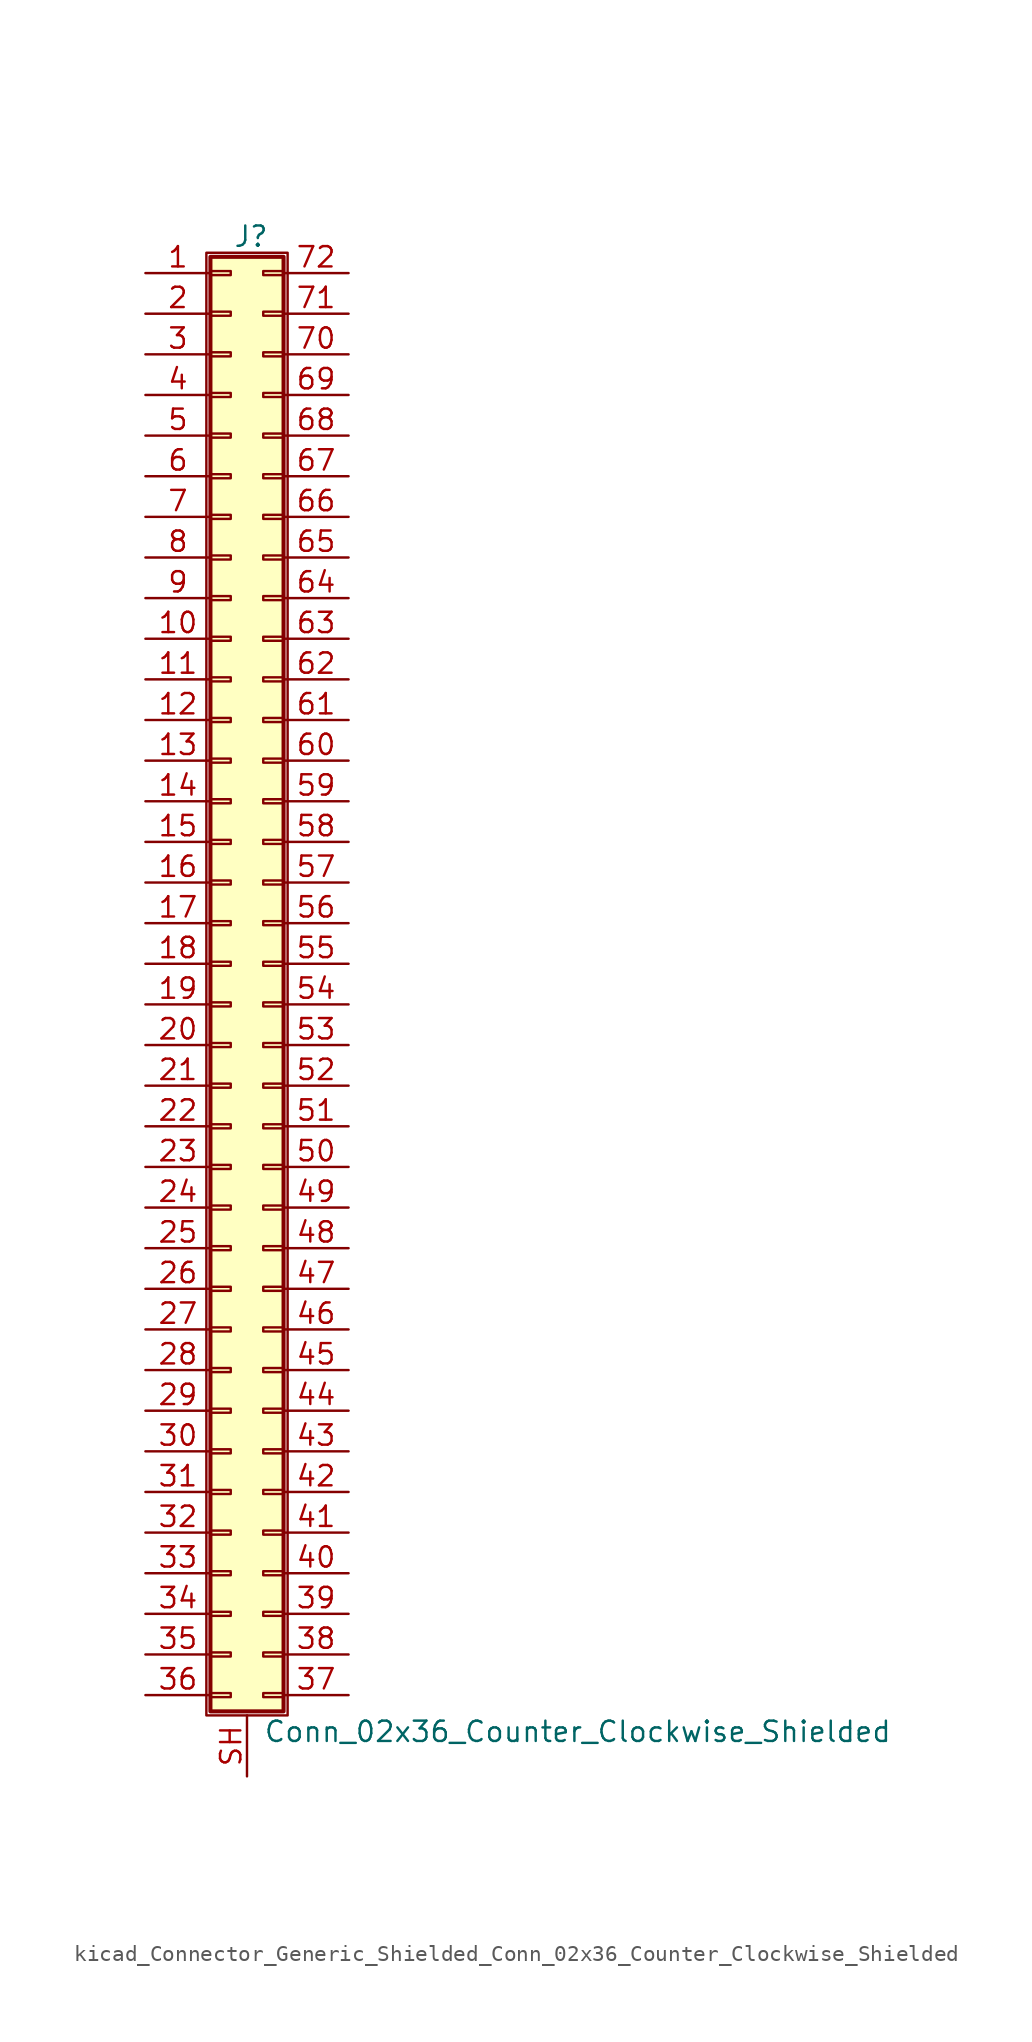
<source format=kicad_sym>
(kicad_symbol_lib
  (version 20220914)
  (generator kicad_symbol_editor)
  (symbol "kicad_Connector_Generic_Shielded_Conn_02x36_Counter_Clockwise_Shielded"
    (pin_names
      (offset 1.016) hide)
    (property "Reference" "J"
      (at 1.524 45.466 0)
      (effects (font (size 1.27 1.27))))
    (property "Value" "Conn_02x36_Counter_Clockwise_Shielded"
      (at 2.286 -48.006 0)
      (effects (font (size 1.27 1.27)) (justify left)))
    (symbol "kicad_Connector_Generic_Shielded_Conn_02x36_Counter_Clockwise_Shielded_1_1"
      (rectangle (start -1.27 44.45) (end 3.81 -46.99) (stroke (width 0.152) (type default)) (fill (type none)))
      (rectangle (start -1.016 -45.593) (end 0.254 -45.847) (stroke (width 0.152) (type default)) (fill (type none)))
      (rectangle (start -1.016 -43.053) (end 0.254 -43.307) (stroke (width 0.152) (type default)) (fill (type none)))
      (rectangle (start -1.016 -40.513) (end 0.254 -40.767) (stroke (width 0.152) (type default)) (fill (type none)))
      (rectangle (start -1.016 -37.973) (end 0.254 -38.227) (stroke (width 0.152) (type default)) (fill (type none)))
      (rectangle (start -1.016 -35.433) (end 0.254 -35.687) (stroke (width 0.152) (type default)) (fill (type none)))
      (rectangle (start -1.016 -32.893) (end 0.254 -33.147) (stroke (width 0.152) (type default)) (fill (type none)))
      (rectangle (start -1.016 -30.353) (end 0.254 -30.607) (stroke (width 0.152) (type default)) (fill (type none)))
      (rectangle (start -1.016 -27.813) (end 0.254 -28.067) (stroke (width 0.152) (type default)) (fill (type none)))
      (rectangle (start -1.016 -25.273) (end 0.254 -25.527) (stroke (width 0.152) (type default)) (fill (type none)))
      (rectangle (start -1.016 -22.733) (end 0.254 -22.987) (stroke (width 0.152) (type default)) (fill (type none)))
      (rectangle (start -1.016 -20.193) (end 0.254 -20.447) (stroke (width 0.152) (type default)) (fill (type none)))
      (rectangle (start -1.016 -17.653) (end 0.254 -17.907) (stroke (width 0.152) (type default)) (fill (type none)))
      (rectangle (start -1.016 -15.113) (end 0.254 -15.367) (stroke (width 0.152) (type default)) (fill (type none)))
      (rectangle (start -1.016 -12.573) (end 0.254 -12.827) (stroke (width 0.152) (type default)) (fill (type none)))
      (rectangle (start -1.016 -10.033) (end 0.254 -10.287) (stroke (width 0.152) (type default)) (fill (type none)))
      (rectangle (start -1.016 -7.493) (end 0.254 -7.747) (stroke (width 0.152) (type default)) (fill (type none)))
      (rectangle (start -1.016 -4.953) (end 0.254 -5.207) (stroke (width 0.152) (type default)) (fill (type none)))
      (rectangle (start -1.016 -2.413) (end 0.254 -2.667) (stroke (width 0.152) (type default)) (fill (type none)))
      (rectangle (start -1.016 0.127) (end 0.254 -0.127) (stroke (width 0.152) (type default)) (fill (type none)))
      (rectangle (start -1.016 2.667) (end 0.254 2.413) (stroke (width 0.152) (type default)) (fill (type none)))
      (rectangle (start -1.016 5.207) (end 0.254 4.953) (stroke (width 0.152) (type default)) (fill (type none)))
      (rectangle (start -1.016 7.747) (end 0.254 7.493) (stroke (width 0.152) (type default)) (fill (type none)))
      (rectangle (start -1.016 10.287) (end 0.254 10.033) (stroke (width 0.152) (type default)) (fill (type none)))
      (rectangle (start -1.016 12.827) (end 0.254 12.573) (stroke (width 0.152) (type default)) (fill (type none)))
      (rectangle (start -1.016 15.367) (end 0.254 15.113) (stroke (width 0.152) (type default)) (fill (type none)))
      (rectangle (start -1.016 17.907) (end 0.254 17.653) (stroke (width 0.152) (type default)) (fill (type none)))
      (rectangle (start -1.016 20.447) (end 0.254 20.193) (stroke (width 0.152) (type default)) (fill (type none)))
      (rectangle (start -1.016 22.987) (end 0.254 22.733) (stroke (width 0.152) (type default)) (fill (type none)))
      (rectangle (start -1.016 25.527) (end 0.254 25.273) (stroke (width 0.152) (type default)) (fill (type none)))
      (rectangle (start -1.016 28.067) (end 0.254 27.813) (stroke (width 0.152) (type default)) (fill (type none)))
      (rectangle (start -1.016 30.607) (end 0.254 30.353) (stroke (width 0.152) (type default)) (fill (type none)))
      (rectangle (start -1.016 33.147) (end 0.254 32.893) (stroke (width 0.152) (type default)) (fill (type none)))
      (rectangle (start -1.016 35.687) (end 0.254 35.433) (stroke (width 0.152) (type default)) (fill (type none)))
      (rectangle (start -1.016 38.227) (end 0.254 37.973) (stroke (width 0.152) (type default)) (fill (type none)))
      (rectangle (start -1.016 40.767) (end 0.254 40.513) (stroke (width 0.152) (type default)) (fill (type none)))
      (rectangle (start -1.016 43.307) (end 0.254 43.053) (stroke (width 0.152) (type default)) (fill (type none)))
      (rectangle (start -1.016 44.196) (end 3.556 -46.736) (stroke (width 0.254) (type default)) (fill (type background)))
      (rectangle (start 3.556 -45.593) (end 2.286 -45.847) (stroke (width 0.152) (type default)) (fill (type none)))
      (rectangle (start 3.556 -43.053) (end 2.286 -43.307) (stroke (width 0.152) (type default)) (fill (type none)))
      (rectangle (start 3.556 -40.513) (end 2.286 -40.767) (stroke (width 0.152) (type default)) (fill (type none)))
      (rectangle (start 3.556 -37.973) (end 2.286 -38.227) (stroke (width 0.152) (type default)) (fill (type none)))
      (rectangle (start 3.556 -35.433) (end 2.286 -35.687) (stroke (width 0.152) (type default)) (fill (type none)))
      (rectangle (start 3.556 -32.893) (end 2.286 -33.147) (stroke (width 0.152) (type default)) (fill (type none)))
      (rectangle (start 3.556 -30.353) (end 2.286 -30.607) (stroke (width 0.152) (type default)) (fill (type none)))
      (rectangle (start 3.556 -27.813) (end 2.286 -28.067) (stroke (width 0.152) (type default)) (fill (type none)))
      (rectangle (start 3.556 -25.273) (end 2.286 -25.527) (stroke (width 0.152) (type default)) (fill (type none)))
      (rectangle (start 3.556 -22.733) (end 2.286 -22.987) (stroke (width 0.152) (type default)) (fill (type none)))
      (rectangle (start 3.556 -20.193) (end 2.286 -20.447) (stroke (width 0.152) (type default)) (fill (type none)))
      (rectangle (start 3.556 -17.653) (end 2.286 -17.907) (stroke (width 0.152) (type default)) (fill (type none)))
      (rectangle (start 3.556 -15.113) (end 2.286 -15.367) (stroke (width 0.152) (type default)) (fill (type none)))
      (rectangle (start 3.556 -12.573) (end 2.286 -12.827) (stroke (width 0.152) (type default)) (fill (type none)))
      (rectangle (start 3.556 -10.033) (end 2.286 -10.287) (stroke (width 0.152) (type default)) (fill (type none)))
      (rectangle (start 3.556 -7.493) (end 2.286 -7.747) (stroke (width 0.152) (type default)) (fill (type none)))
      (rectangle (start 3.556 -4.953) (end 2.286 -5.207) (stroke (width 0.152) (type default)) (fill (type none)))
      (rectangle (start 3.556 -2.413) (end 2.286 -2.667) (stroke (width 0.152) (type default)) (fill (type none)))
      (rectangle (start 3.556 0.127) (end 2.286 -0.127) (stroke (width 0.152) (type default)) (fill (type none)))
      (rectangle (start 3.556 2.667) (end 2.286 2.413) (stroke (width 0.152) (type default)) (fill (type none)))
      (rectangle (start 3.556 5.207) (end 2.286 4.953) (stroke (width 0.152) (type default)) (fill (type none)))
      (rectangle (start 3.556 7.747) (end 2.286 7.493) (stroke (width 0.152) (type default)) (fill (type none)))
      (rectangle (start 3.556 10.287) (end 2.286 10.033) (stroke (width 0.152) (type default)) (fill (type none)))
      (rectangle (start 3.556 12.827) (end 2.286 12.573) (stroke (width 0.152) (type default)) (fill (type none)))
      (rectangle (start 3.556 15.367) (end 2.286 15.113) (stroke (width 0.152) (type default)) (fill (type none)))
      (rectangle (start 3.556 17.907) (end 2.286 17.653) (stroke (width 0.152) (type default)) (fill (type none)))
      (rectangle (start 3.556 20.447) (end 2.286 20.193) (stroke (width 0.152) (type default)) (fill (type none)))
      (rectangle (start 3.556 22.987) (end 2.286 22.733) (stroke (width 0.152) (type default)) (fill (type none)))
      (rectangle (start 3.556 25.527) (end 2.286 25.273) (stroke (width 0.152) (type default)) (fill (type none)))
      (rectangle (start 3.556 28.067) (end 2.286 27.813) (stroke (width 0.152) (type default)) (fill (type none)))
      (rectangle (start 3.556 30.607) (end 2.286 30.353) (stroke (width 0.152) (type default)) (fill (type none)))
      (rectangle (start 3.556 33.147) (end 2.286 32.893) (stroke (width 0.152) (type default)) (fill (type none)))
      (rectangle (start 3.556 35.687) (end 2.286 35.433) (stroke (width 0.152) (type default)) (fill (type none)))
      (rectangle (start 3.556 38.227) (end 2.286 37.973) (stroke (width 0.152) (type default)) (fill (type none)))
      (rectangle (start 3.556 40.767) (end 2.286 40.513) (stroke (width 0.152) (type default)) (fill (type none)))
      (rectangle (start 3.556 43.307) (end 2.286 43.053) (stroke (width 0.152) (type default)) (fill (type none)))
      (pin passive line (at -5.08 43.18 0) (length 4.064) (name "Pin_1" (effects (font (size 1.27 1.27)))) (number "1" (effects (font (size 1.27 1.27)))))
      (pin passive line (at -5.08 20.32 0) (length 4.064) (name "Pin_10" (effects (font (size 1.27 1.27)))) (number "10" (effects (font (size 1.27 1.27)))))
      (pin passive line (at -5.08 17.78 0) (length 4.064) (name "Pin_11" (effects (font (size 1.27 1.27)))) (number "11" (effects (font (size 1.27 1.27)))))
      (pin passive line (at -5.08 15.24 0) (length 4.064) (name "Pin_12" (effects (font (size 1.27 1.27)))) (number "12" (effects (font (size 1.27 1.27)))))
      (pin passive line (at -5.08 12.7 0) (length 4.064) (name "Pin_13" (effects (font (size 1.27 1.27)))) (number "13" (effects (font (size 1.27 1.27)))))
      (pin passive line (at -5.08 10.16 0) (length 4.064) (name "Pin_14" (effects (font (size 1.27 1.27)))) (number "14" (effects (font (size 1.27 1.27)))))
      (pin passive line (at -5.08 7.62 0) (length 4.064) (name "Pin_15" (effects (font (size 1.27 1.27)))) (number "15" (effects (font (size 1.27 1.27)))))
      (pin passive line (at -5.08 5.08 0) (length 4.064) (name "Pin_16" (effects (font (size 1.27 1.27)))) (number "16" (effects (font (size 1.27 1.27)))))
      (pin passive line (at -5.08 2.54 0) (length 4.064) (name "Pin_17" (effects (font (size 1.27 1.27)))) (number "17" (effects (font (size 1.27 1.27)))))
      (pin passive line (at -5.08 0 0) (length 4.064) (name "Pin_18" (effects (font (size 1.27 1.27)))) (number "18" (effects (font (size 1.27 1.27)))))
      (pin passive line (at -5.08 -2.54 0) (length 4.064) (name "Pin_19" (effects (font (size 1.27 1.27)))) (number "19" (effects (font (size 1.27 1.27)))))
      (pin passive line (at -5.08 40.64 0) (length 4.064) (name "Pin_2" (effects (font (size 1.27 1.27)))) (number "2" (effects (font (size 1.27 1.27)))))
      (pin passive line (at -5.08 -5.08 0) (length 4.064) (name "Pin_20" (effects (font (size 1.27 1.27)))) (number "20" (effects (font (size 1.27 1.27)))))
      (pin passive line (at -5.08 -7.62 0) (length 4.064) (name "Pin_21" (effects (font (size 1.27 1.27)))) (number "21" (effects (font (size 1.27 1.27)))))
      (pin passive line (at -5.08 -10.16 0) (length 4.064) (name "Pin_22" (effects (font (size 1.27 1.27)))) (number "22" (effects (font (size 1.27 1.27)))))
      (pin passive line (at -5.08 -12.7 0) (length 4.064) (name "Pin_23" (effects (font (size 1.27 1.27)))) (number "23" (effects (font (size 1.27 1.27)))))
      (pin passive line (at -5.08 -15.24 0) (length 4.064) (name "Pin_24" (effects (font (size 1.27 1.27)))) (number "24" (effects (font (size 1.27 1.27)))))
      (pin passive line (at -5.08 -17.78 0) (length 4.064) (name "Pin_25" (effects (font (size 1.27 1.27)))) (number "25" (effects (font (size 1.27 1.27)))))
      (pin passive line (at -5.08 -20.32 0) (length 4.064) (name "Pin_26" (effects (font (size 1.27 1.27)))) (number "26" (effects (font (size 1.27 1.27)))))
      (pin passive line (at -5.08 -22.86 0) (length 4.064) (name "Pin_27" (effects (font (size 1.27 1.27)))) (number "27" (effects (font (size 1.27 1.27)))))
      (pin passive line (at -5.08 -25.4 0) (length 4.064) (name "Pin_28" (effects (font (size 1.27 1.27)))) (number "28" (effects (font (size 1.27 1.27)))))
      (pin passive line (at -5.08 -27.94 0) (length 4.064) (name "Pin_29" (effects (font (size 1.27 1.27)))) (number "29" (effects (font (size 1.27 1.27)))))
      (pin passive line (at -5.08 38.1 0) (length 4.064) (name "Pin_3" (effects (font (size 1.27 1.27)))) (number "3" (effects (font (size 1.27 1.27)))))
      (pin passive line (at -5.08 -30.48 0) (length 4.064) (name "Pin_30" (effects (font (size 1.27 1.27)))) (number "30" (effects (font (size 1.27 1.27)))))
      (pin passive line (at -5.08 -33.02 0) (length 4.064) (name "Pin_31" (effects (font (size 1.27 1.27)))) (number "31" (effects (font (size 1.27 1.27)))))
      (pin passive line (at -5.08 -35.56 0) (length 4.064) (name "Pin_32" (effects (font (size 1.27 1.27)))) (number "32" (effects (font (size 1.27 1.27)))))
      (pin passive line (at -5.08 -38.1 0) (length 4.064) (name "Pin_33" (effects (font (size 1.27 1.27)))) (number "33" (effects (font (size 1.27 1.27)))))
      (pin passive line (at -5.08 -40.64 0) (length 4.064) (name "Pin_34" (effects (font (size 1.27 1.27)))) (number "34" (effects (font (size 1.27 1.27)))))
      (pin passive line (at -5.08 -43.18 0) (length 4.064) (name "Pin_35" (effects (font (size 1.27 1.27)))) (number "35" (effects (font (size 1.27 1.27)))))
      (pin passive line (at -5.08 -45.72 0) (length 4.064) (name "Pin_36" (effects (font (size 1.27 1.27)))) (number "36" (effects (font (size 1.27 1.27)))))
      (pin passive line (at 7.62 -45.72 180) (length 4.064) (name "Pin_37" (effects (font (size 1.27 1.27)))) (number "37" (effects (font (size 1.27 1.27)))))
      (pin passive line (at 7.62 -43.18 180) (length 4.064) (name "Pin_38" (effects (font (size 1.27 1.27)))) (number "38" (effects (font (size 1.27 1.27)))))
      (pin passive line (at 7.62 -40.64 180) (length 4.064) (name "Pin_39" (effects (font (size 1.27 1.27)))) (number "39" (effects (font (size 1.27 1.27)))))
      (pin passive line (at -5.08 35.56 0) (length 4.064) (name "Pin_4" (effects (font (size 1.27 1.27)))) (number "4" (effects (font (size 1.27 1.27)))))
      (pin passive line (at 7.62 -38.1 180) (length 4.064) (name "Pin_40" (effects (font (size 1.27 1.27)))) (number "40" (effects (font (size 1.27 1.27)))))
      (pin passive line (at 7.62 -35.56 180) (length 4.064) (name "Pin_41" (effects (font (size 1.27 1.27)))) (number "41" (effects (font (size 1.27 1.27)))))
      (pin passive line (at 7.62 -33.02 180) (length 4.064) (name "Pin_42" (effects (font (size 1.27 1.27)))) (number "42" (effects (font (size 1.27 1.27)))))
      (pin passive line (at 7.62 -30.48 180) (length 4.064) (name "Pin_43" (effects (font (size 1.27 1.27)))) (number "43" (effects (font (size 1.27 1.27)))))
      (pin passive line (at 7.62 -27.94 180) (length 4.064) (name "Pin_44" (effects (font (size 1.27 1.27)))) (number "44" (effects (font (size 1.27 1.27)))))
      (pin passive line (at 7.62 -25.4 180) (length 4.064) (name "Pin_45" (effects (font (size 1.27 1.27)))) (number "45" (effects (font (size 1.27 1.27)))))
      (pin passive line (at 7.62 -22.86 180) (length 4.064) (name "Pin_46" (effects (font (size 1.27 1.27)))) (number "46" (effects (font (size 1.27 1.27)))))
      (pin passive line (at 7.62 -20.32 180) (length 4.064) (name "Pin_47" (effects (font (size 1.27 1.27)))) (number "47" (effects (font (size 1.27 1.27)))))
      (pin passive line (at 7.62 -17.78 180) (length 4.064) (name "Pin_48" (effects (font (size 1.27 1.27)))) (number "48" (effects (font (size 1.27 1.27)))))
      (pin passive line (at 7.62 -15.24 180) (length 4.064) (name "Pin_49" (effects (font (size 1.27 1.27)))) (number "49" (effects (font (size 1.27 1.27)))))
      (pin passive line (at -5.08 33.02 0) (length 4.064) (name "Pin_5" (effects (font (size 1.27 1.27)))) (number "5" (effects (font (size 1.27 1.27)))))
      (pin passive line (at 7.62 -12.7 180) (length 4.064) (name "Pin_50" (effects (font (size 1.27 1.27)))) (number "50" (effects (font (size 1.27 1.27)))))
      (pin passive line (at 7.62 -10.16 180) (length 4.064) (name "Pin_51" (effects (font (size 1.27 1.27)))) (number "51" (effects (font (size 1.27 1.27)))))
      (pin passive line (at 7.62 -7.62 180) (length 4.064) (name "Pin_52" (effects (font (size 1.27 1.27)))) (number "52" (effects (font (size 1.27 1.27)))))
      (pin passive line (at 7.62 -5.08 180) (length 4.064) (name "Pin_53" (effects (font (size 1.27 1.27)))) (number "53" (effects (font (size 1.27 1.27)))))
      (pin passive line (at 7.62 -2.54 180) (length 4.064) (name "Pin_54" (effects (font (size 1.27 1.27)))) (number "54" (effects (font (size 1.27 1.27)))))
      (pin passive line (at 7.62 0 180) (length 4.064) (name "Pin_55" (effects (font (size 1.27 1.27)))) (number "55" (effects (font (size 1.27 1.27)))))
      (pin passive line (at 7.62 2.54 180) (length 4.064) (name "Pin_56" (effects (font (size 1.27 1.27)))) (number "56" (effects (font (size 1.27 1.27)))))
      (pin passive line (at 7.62 5.08 180) (length 4.064) (name "Pin_57" (effects (font (size 1.27 1.27)))) (number "57" (effects (font (size 1.27 1.27)))))
      (pin passive line (at 7.62 7.62 180) (length 4.064) (name "Pin_58" (effects (font (size 1.27 1.27)))) (number "58" (effects (font (size 1.27 1.27)))))
      (pin passive line (at 7.62 10.16 180) (length 4.064) (name "Pin_59" (effects (font (size 1.27 1.27)))) (number "59" (effects (font (size 1.27 1.27)))))
      (pin passive line (at -5.08 30.48 0) (length 4.064) (name "Pin_6" (effects (font (size 1.27 1.27)))) (number "6" (effects (font (size 1.27 1.27)))))
      (pin passive line (at 7.62 12.7 180) (length 4.064) (name "Pin_60" (effects (font (size 1.27 1.27)))) (number "60" (effects (font (size 1.27 1.27)))))
      (pin passive line (at 7.62 15.24 180) (length 4.064) (name "Pin_61" (effects (font (size 1.27 1.27)))) (number "61" (effects (font (size 1.27 1.27)))))
      (pin passive line (at 7.62 17.78 180) (length 4.064) (name "Pin_62" (effects (font (size 1.27 1.27)))) (number "62" (effects (font (size 1.27 1.27)))))
      (pin passive line (at 7.62 20.32 180) (length 4.064) (name "Pin_63" (effects (font (size 1.27 1.27)))) (number "63" (effects (font (size 1.27 1.27)))))
      (pin passive line (at 7.62 22.86 180) (length 4.064) (name "Pin_64" (effects (font (size 1.27 1.27)))) (number "64" (effects (font (size 1.27 1.27)))))
      (pin passive line (at 7.62 25.4 180) (length 4.064) (name "Pin_65" (effects (font (size 1.27 1.27)))) (number "65" (effects (font (size 1.27 1.27)))))
      (pin passive line (at 7.62 27.94 180) (length 4.064) (name "Pin_66" (effects (font (size 1.27 1.27)))) (number "66" (effects (font (size 1.27 1.27)))))
      (pin passive line (at 7.62 30.48 180) (length 4.064) (name "Pin_67" (effects (font (size 1.27 1.27)))) (number "67" (effects (font (size 1.27 1.27)))))
      (pin passive line (at 7.62 33.02 180) (length 4.064) (name "Pin_68" (effects (font (size 1.27 1.27)))) (number "68" (effects (font (size 1.27 1.27)))))
      (pin passive line (at 7.62 35.56 180) (length 4.064) (name "Pin_69" (effects (font (size 1.27 1.27)))) (number "69" (effects (font (size 1.27 1.27)))))
      (pin passive line (at -5.08 27.94 0) (length 4.064) (name "Pin_7" (effects (font (size 1.27 1.27)))) (number "7" (effects (font (size 1.27 1.27)))))
      (pin passive line (at 7.62 38.1 180) (length 4.064) (name "Pin_70" (effects (font (size 1.27 1.27)))) (number "70" (effects (font (size 1.27 1.27)))))
      (pin passive line (at 7.62 40.64 180) (length 4.064) (name "Pin_71" (effects (font (size 1.27 1.27)))) (number "71" (effects (font (size 1.27 1.27)))))
      (pin passive line (at 7.62 43.18 180) (length 4.064) (name "Pin_72" (effects (font (size 1.27 1.27)))) (number "72" (effects (font (size 1.27 1.27)))))
      (pin passive line (at -5.08 25.4 0) (length 4.064) (name "Pin_8" (effects (font (size 1.27 1.27)))) (number "8" (effects (font (size 1.27 1.27)))))
      (pin passive line (at -5.08 22.86 0) (length 4.064) (name "Pin_9" (effects (font (size 1.27 1.27)))) (number "9" (effects (font (size 1.27 1.27)))))
      (pin passive line (at 1.27 -50.8 90) (length 3.81) (name "Shield" (effects (font (size 1.27 1.27)))) (number "SH" (effects (font (size 1.27 1.27))))))))
</source>
